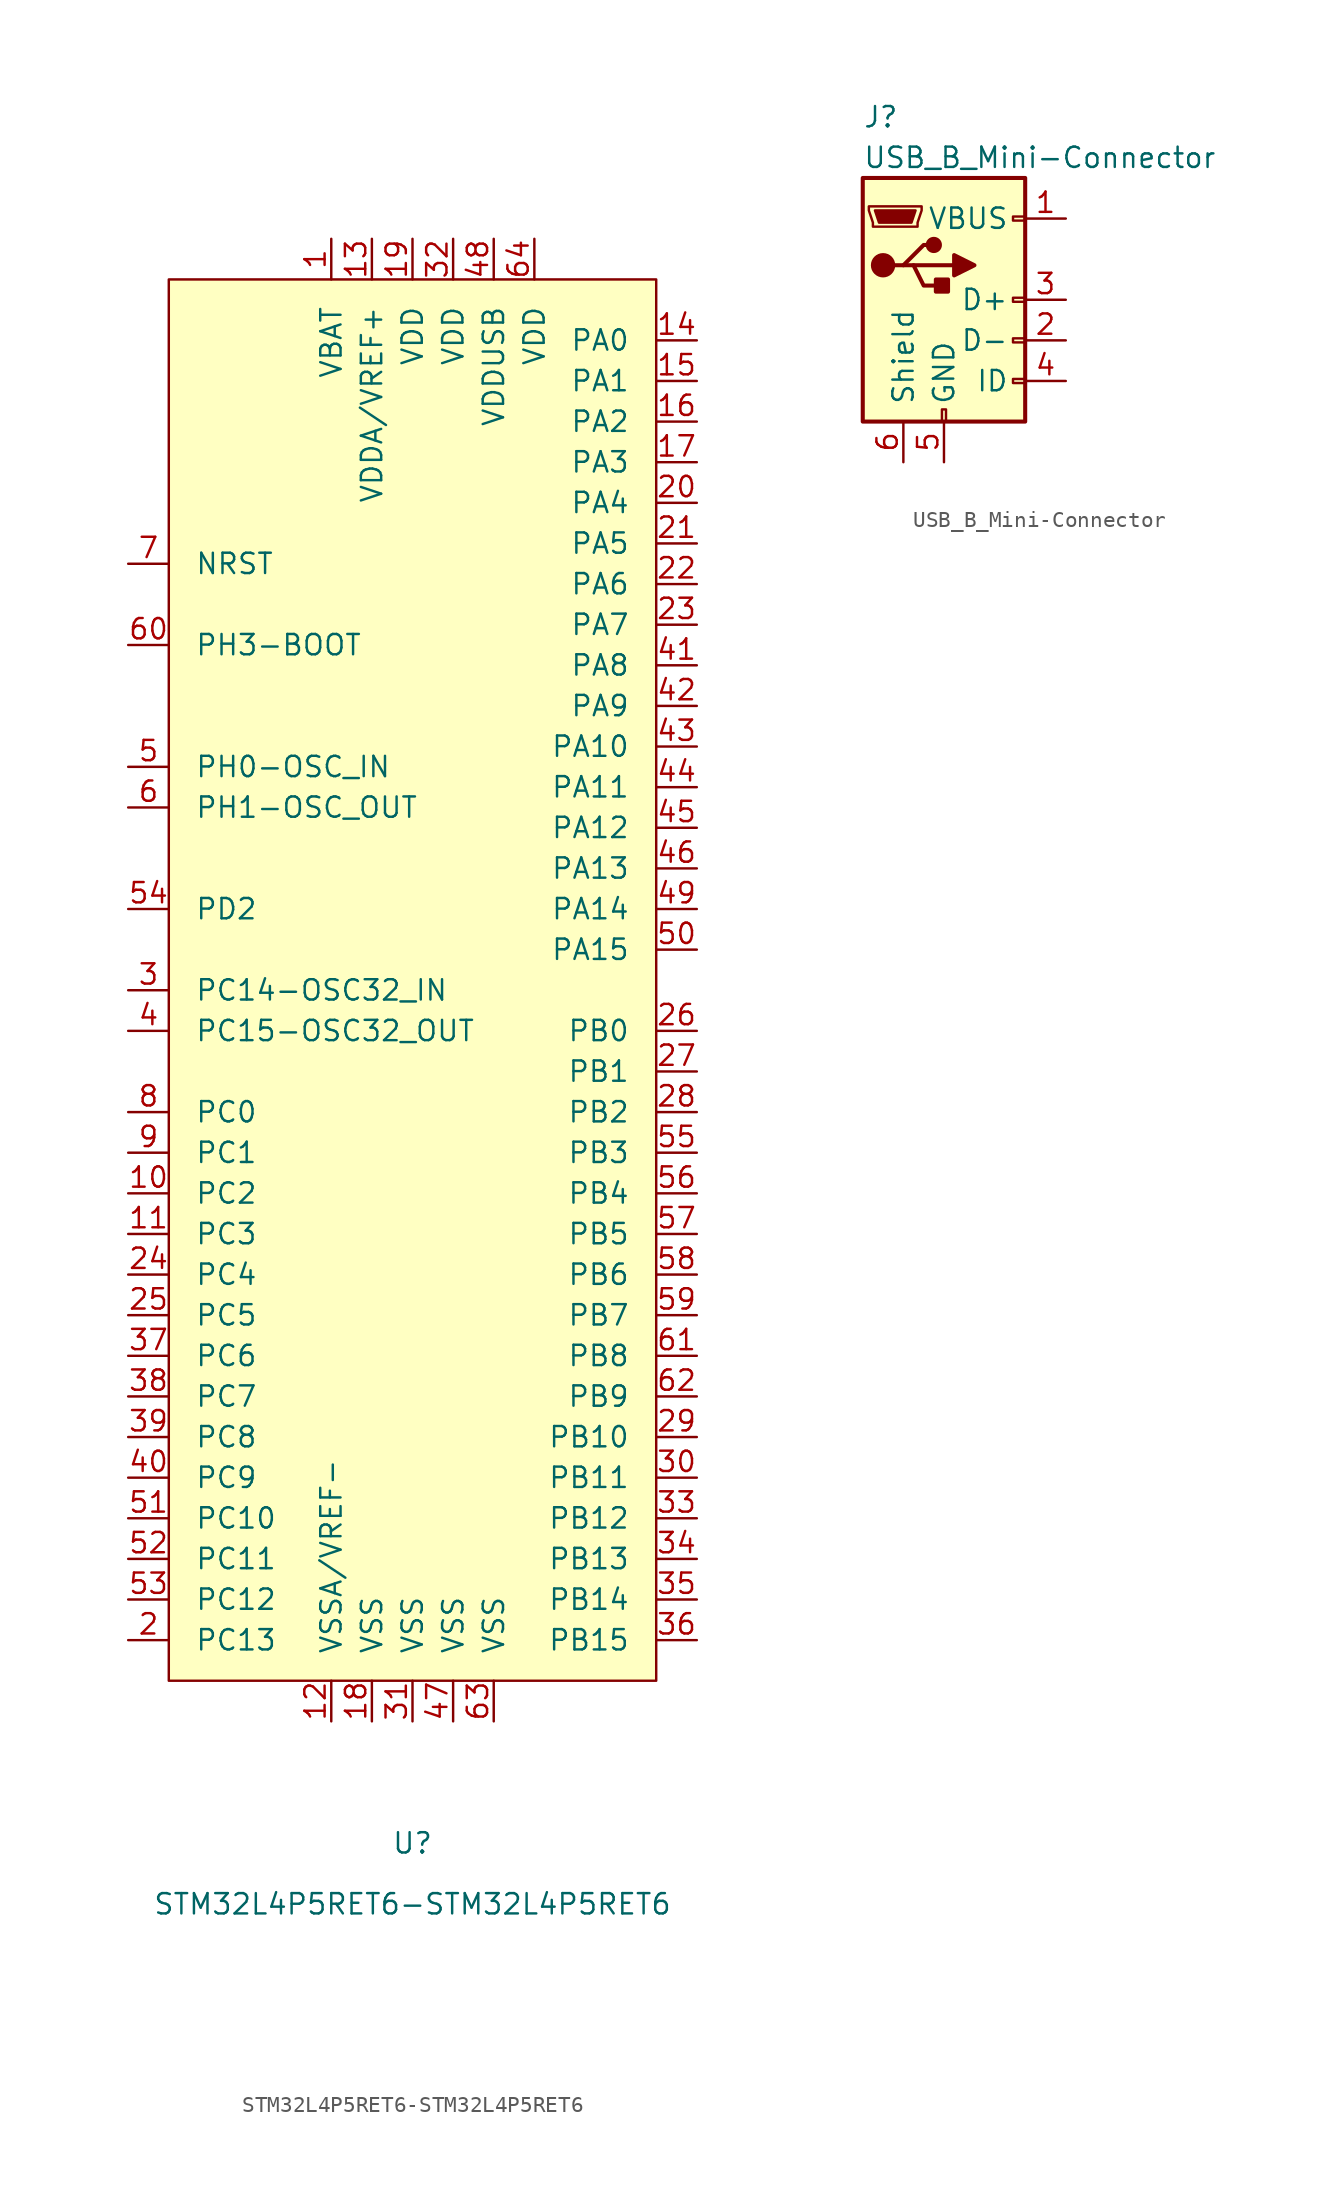
<source format=kicad_sym>
(kicad_symbol_lib
  (version 20231120)
  (generator "kicad_symbol_editor")
  (generator_version "8.0")
  (symbol "STM32L4P5RET6-STM32L4P5RET6"
    (pin_names
      (offset 1.626))
    (property "Reference" "U"
      (at 0 -55.88 0)
      (effects (font (size 1.27 1.27))))
    (property "Value" "STM32L4P5RET6-STM32L4P5RET6"
      (at 0 -59.69 0)
      (effects (font (size 1.27 1.27))))
    (symbol "STM32L4P5RET6-STM32L4P5RET6_0_0"
      (pin power_in line (at -5.08 44.45 270) (length 2.54) (name "VBAT" (effects (font (size 1.27 1.27)))) (number "1" (effects (font (size 1.27 1.27)))))
      (pin bidirectional line (at -17.78 -15.24 0) (length 2.54) (name "PC2" (effects (font (size 1.27 1.27)))) (number "10" (effects (font (size 1.27 1.27)))))
      (pin bidirectional line (at -17.78 -17.78 0) (length 2.54) (name "PC3" (effects (font (size 1.27 1.27)))) (number "11" (effects (font (size 1.27 1.27)))))
      (pin power_in line (at -5.08 -48.26 90) (length 2.54) (name "VSSA/VREF-" (effects (font (size 1.27 1.27)))) (number "12" (effects (font (size 1.27 1.27)))))
      (pin power_in line (at -2.54 44.45 270) (length 2.54) (name "VDDA/VREF+" (effects (font (size 1.27 1.27)))) (number "13" (effects (font (size 1.27 1.27)))))
      (pin bidirectional line (at 17.78 38.1 180) (length 2.54) (name "PA0" (effects (font (size 1.27 1.27)))) (number "14" (effects (font (size 1.27 1.27)))))
      (pin bidirectional line (at 17.78 35.56 180) (length 2.54) (name "PA1" (effects (font (size 1.27 1.27)))) (number "15" (effects (font (size 1.27 1.27)))))
      (pin bidirectional line (at 17.78 33.02 180) (length 2.54) (name "PA2" (effects (font (size 1.27 1.27)))) (number "16" (effects (font (size 1.27 1.27)))))
      (pin bidirectional line (at 17.78 30.48 180) (length 2.54) (name "PA3" (effects (font (size 1.27 1.27)))) (number "17" (effects (font (size 1.27 1.27)))))
      (pin power_in line (at -2.54 -48.26 90) (length 2.54) (name "VSS" (effects (font (size 1.27 1.27)))) (number "18" (effects (font (size 1.27 1.27)))))
      (pin power_in line (at 0 44.45 270) (length 2.54) (name "VDD" (effects (font (size 1.27 1.27)))) (number "19" (effects (font (size 1.27 1.27)))))
      (pin bidirectional line (at -17.78 -43.18 0) (length 2.54) (name "PC13" (effects (font (size 1.27 1.27)))) (number "2" (effects (font (size 1.27 1.27)))))
      (pin bidirectional line (at 17.78 27.94 180) (length 2.54) (name "PA4" (effects (font (size 1.27 1.27)))) (number "20" (effects (font (size 1.27 1.27)))))
      (pin bidirectional line (at 17.78 25.4 180) (length 2.54) (name "PA5" (effects (font (size 1.27 1.27)))) (number "21" (effects (font (size 1.27 1.27)))))
      (pin bidirectional line (at 17.78 22.86 180) (length 2.54) (name "PA6" (effects (font (size 1.27 1.27)))) (number "22" (effects (font (size 1.27 1.27)))))
      (pin bidirectional line (at 17.78 20.32 180) (length 2.54) (name "PA7" (effects (font (size 1.27 1.27)))) (number "23" (effects (font (size 1.27 1.27)))))
      (pin bidirectional line (at -17.78 -20.32 0) (length 2.54) (name "PC4" (effects (font (size 1.27 1.27)))) (number "24" (effects (font (size 1.27 1.27)))))
      (pin bidirectional line (at -17.78 -22.86 0) (length 2.54) (name "PC5" (effects (font (size 1.27 1.27)))) (number "25" (effects (font (size 1.27 1.27)))))
      (pin bidirectional line (at 17.78 -5.08 180) (length 2.54) (name "PB0" (effects (font (size 1.27 1.27)))) (number "26" (effects (font (size 1.27 1.27)))))
      (pin bidirectional line (at 17.78 -7.62 180) (length 2.54) (name "PB1" (effects (font (size 1.27 1.27)))) (number "27" (effects (font (size 1.27 1.27)))))
      (pin bidirectional line (at 17.78 -10.16 180) (length 2.54) (name "PB2" (effects (font (size 1.27 1.27)))) (number "28" (effects (font (size 1.27 1.27)))))
      (pin bidirectional line (at 17.78 -30.48 180) (length 2.54) (name "PB10" (effects (font (size 1.27 1.27)))) (number "29" (effects (font (size 1.27 1.27)))))
      (pin bidirectional line (at -17.78 -2.54 0) (length 2.54) (name "PC14-OSC32_IN" (effects (font (size 1.27 1.27)))) (number "3" (effects (font (size 1.27 1.27)))))
      (pin bidirectional line (at 17.78 -33.02 180) (length 2.54) (name "PB11" (effects (font (size 1.27 1.27)))) (number "30" (effects (font (size 1.27 1.27)))))
      (pin power_in line (at 0 -48.26 90) (length 2.54) (name "VSS" (effects (font (size 1.27 1.27)))) (number "31" (effects (font (size 1.27 1.27)))))
      (pin power_in line (at 2.54 44.45 270) (length 2.54) (name "VDD" (effects (font (size 1.27 1.27)))) (number "32" (effects (font (size 1.27 1.27)))))
      (pin bidirectional line (at 17.78 -35.56 180) (length 2.54) (name "PB12" (effects (font (size 1.27 1.27)))) (number "33" (effects (font (size 1.27 1.27)))))
      (pin bidirectional line (at 17.78 -38.1 180) (length 2.54) (name "PB13" (effects (font (size 1.27 1.27)))) (number "34" (effects (font (size 1.27 1.27)))))
      (pin bidirectional line (at 17.78 -40.64 180) (length 2.54) (name "PB14" (effects (font (size 1.27 1.27)))) (number "35" (effects (font (size 1.27 1.27)))))
      (pin bidirectional line (at 17.78 -43.18 180) (length 2.54) (name "PB15" (effects (font (size 1.27 1.27)))) (number "36" (effects (font (size 1.27 1.27)))))
      (pin bidirectional line (at -17.78 -25.4 0) (length 2.54) (name "PC6" (effects (font (size 1.27 1.27)))) (number "37" (effects (font (size 1.27 1.27)))))
      (pin bidirectional line (at -17.78 -27.94 0) (length 2.54) (name "PC7" (effects (font (size 1.27 1.27)))) (number "38" (effects (font (size 1.27 1.27)))))
      (pin bidirectional line (at -17.78 -30.48 0) (length 2.54) (name "PC8" (effects (font (size 1.27 1.27)))) (number "39" (effects (font (size 1.27 1.27)))))
      (pin bidirectional line (at -17.78 -5.08 0) (length 2.54) (name "PC15-OSC32_OUT" (effects (font (size 1.27 1.27)))) (number "4" (effects (font (size 1.27 1.27)))))
      (pin bidirectional line (at -17.78 -33.02 0) (length 2.54) (name "PC9" (effects (font (size 1.27 1.27)))) (number "40" (effects (font (size 1.27 1.27)))))
      (pin bidirectional line (at 17.78 17.78 180) (length 2.54) (name "PA8" (effects (font (size 1.27 1.27)))) (number "41" (effects (font (size 1.27 1.27)))))
      (pin bidirectional line (at 17.78 15.24 180) (length 2.54) (name "PA9" (effects (font (size 1.27 1.27)))) (number "42" (effects (font (size 1.27 1.27)))))
      (pin bidirectional line (at 17.78 12.7 180) (length 2.54) (name "PA10" (effects (font (size 1.27 1.27)))) (number "43" (effects (font (size 1.27 1.27)))))
      (pin bidirectional line (at 17.78 10.16 180) (length 2.54) (name "PA11" (effects (font (size 1.27 1.27)))) (number "44" (effects (font (size 1.27 1.27)))))
      (pin bidirectional line (at 17.78 7.62 180) (length 2.54) (name "PA12" (effects (font (size 1.27 1.27)))) (number "45" (effects (font (size 1.27 1.27)))))
      (pin bidirectional line (at 17.78 5.08 180) (length 2.54) (name "PA13" (effects (font (size 1.27 1.27)))) (number "46" (effects (font (size 1.27 1.27)))))
      (pin power_in line (at 2.54 -48.26 90) (length 2.54) (name "VSS" (effects (font (size 1.27 1.27)))) (number "47" (effects (font (size 1.27 1.27)))))
      (pin power_in line (at 5.08 44.45 270) (length 2.54) (name "VDDUSB" (effects (font (size 1.27 1.27)))) (number "48" (effects (font (size 1.27 1.27)))))
      (pin bidirectional line (at 17.78 2.54 180) (length 2.54) (name "PA14" (effects (font (size 1.27 1.27)))) (number "49" (effects (font (size 1.27 1.27)))))
      (pin input line (at -17.78 11.43 0) (length 2.54) (name "PH0-OSC_IN" (effects (font (size 1.27 1.27)))) (number "5" (effects (font (size 1.27 1.27)))))
      (pin bidirectional line (at 17.78 0 180) (length 2.54) (name "PA15" (effects (font (size 1.27 1.27)))) (number "50" (effects (font (size 1.27 1.27)))))
      (pin bidirectional line (at -17.78 -35.56 0) (length 2.54) (name "PC10" (effects (font (size 1.27 1.27)))) (number "51" (effects (font (size 1.27 1.27)))))
      (pin bidirectional line (at -17.78 -38.1 0) (length 2.54) (name "PC11" (effects (font (size 1.27 1.27)))) (number "52" (effects (font (size 1.27 1.27)))))
      (pin bidirectional line (at -17.78 -40.64 0) (length 2.54) (name "PC12" (effects (font (size 1.27 1.27)))) (number "53" (effects (font (size 1.27 1.27)))))
      (pin bidirectional line (at -17.78 2.54 0) (length 2.54) (name "PD2" (effects (font (size 1.27 1.27)))) (number "54" (effects (font (size 1.27 1.27)))))
      (pin bidirectional line (at 17.78 -12.7 180) (length 2.54) (name "PB3" (effects (font (size 1.27 1.27)))) (number "55" (effects (font (size 1.27 1.27)))))
      (pin bidirectional line (at 17.78 -15.24 180) (length 2.54) (name "PB4" (effects (font (size 1.27 1.27)))) (number "56" (effects (font (size 1.27 1.27)))))
      (pin bidirectional line (at 17.78 -17.78 180) (length 2.54) (name "PB5" (effects (font (size 1.27 1.27)))) (number "57" (effects (font (size 1.27 1.27)))))
      (pin bidirectional line (at 17.78 -20.32 180) (length 2.54) (name "PB6" (effects (font (size 1.27 1.27)))) (number "58" (effects (font (size 1.27 1.27)))))
      (pin bidirectional line (at 17.78 -22.86 180) (length 2.54) (name "PB7" (effects (font (size 1.27 1.27)))) (number "59" (effects (font (size 1.27 1.27)))))
      (pin input line (at -17.78 8.89 0) (length 2.54) (name "PH1-OSC_OUT" (effects (font (size 1.27 1.27)))) (number "6" (effects (font (size 1.27 1.27)))))
      (pin input line (at -17.78 19.05 0) (length 2.54) (name "PH3-BOOT" (effects (font (size 1.27 1.27)))) (number "60" (effects (font (size 1.27 1.27)))))
      (pin bidirectional line (at 17.78 -25.4 180) (length 2.54) (name "PB8" (effects (font (size 1.27 1.27)))) (number "61" (effects (font (size 1.27 1.27)))))
      (pin bidirectional line (at 17.78 -27.94 180) (length 2.54) (name "PB9" (effects (font (size 1.27 1.27)))) (number "62" (effects (font (size 1.27 1.27)))))
      (pin power_in line (at 5.08 -48.26 90) (length 2.54) (name "VSS" (effects (font (size 1.27 1.27)))) (number "63" (effects (font (size 1.27 1.27)))))
      (pin power_in line (at 7.62 44.45 270) (length 2.54) (name "VDD" (effects (font (size 1.27 1.27)))) (number "64" (effects (font (size 1.27 1.27)))))
      (pin input line (at -17.78 24.13 0) (length 2.54) (name "NRST" (effects (font (size 1.27 1.27)))) (number "7" (effects (font (size 1.27 1.27)))))
      (pin bidirectional line (at -17.78 -10.16 0) (length 2.54) (name "PC0" (effects (font (size 1.27 1.27)))) (number "8" (effects (font (size 1.27 1.27)))))
      (pin bidirectional line (at -17.78 -12.7 0) (length 2.54) (name "PC1" (effects (font (size 1.27 1.27)))) (number "9" (effects (font (size 1.27 1.27))))))
    (symbol "STM32L4P5RET6-STM32L4P5RET6_0_1"
      (rectangle (start 15.24 41.91) (end -15.24 -45.72) (stroke (width 0) (type solid)) (fill (type background)))))
  (symbol "USB_B_Mini-Connector"
    (pin_names
      (offset 1.016))
    (property "Reference" "J"
      (at -5.08 11.43 0)
      (effects (font (size 1.27 1.27)) (justify left)))
    (property "Value" "USB_B_Mini-Connector"
      (at -5.08 8.89 0)
      (effects (font (size 1.27 1.27)) (justify left)))
    (symbol "USB_B_Mini-Connector_0_1"
      (rectangle (start -5.08 -7.62) (end 5.08 7.62) (stroke (width 0.254) (type solid)) (fill (type background)))
      (circle (center -3.81 2.159) (radius 0.635) (stroke (width 0.254) (type solid)) (fill (type outline)))
      (circle (center -0.635 3.429) (radius 0.381) (stroke (width 0.254) (type solid)) (fill (type outline)))
      (rectangle (start -0.127 -7.62) (end 0.127 -6.858) (stroke (width 0) (type solid)) (fill (type none)))
      (polyline (pts (xy -1.905 2.159) (xy 0.635 2.159)) (stroke (width 0.254) (type solid)) (fill (type none)))
      (polyline (pts (xy -3.175 2.159) (xy -2.54 2.159) (xy -1.27 3.429) (xy -0.635 3.429)) (stroke (width 0.254) (type solid)) (fill (type none)))
      (polyline (pts (xy -2.54 2.159) (xy -1.905 2.159) (xy -1.27 0.889) (xy 0 0.889)) (stroke (width 0.254) (type solid)) (fill (type none)))
      (polyline (pts (xy 0.635 2.794) (xy 0.635 1.524) (xy 1.905 2.159) (xy 0.635 2.794)) (stroke (width 0.254) (type solid)) (fill (type outline)))
      (polyline (pts (xy -4.318 5.588) (xy -1.778 5.588) (xy -2.032 4.826) (xy -4.064 4.826) (xy -4.318 5.588)) (stroke (width 0) (type solid)) (fill (type outline)))
      (polyline (pts (xy -4.699 5.842) (xy -4.699 5.588) (xy -4.445 4.826) (xy -4.445 4.572) (xy -1.651 4.572) (xy -1.651 4.826) (xy -1.397 5.588) (xy -1.397 5.842) (xy -4.699 5.842)) (stroke (width 0) (type solid)) (fill (type none)))
      (rectangle (start 0.254 1.27) (end -0.508 0.508) (stroke (width 0.254) (type solid)) (fill (type outline)))
      (rectangle (start 5.08 -5.207) (end 4.318 -4.953) (stroke (width 0) (type solid)) (fill (type none)))
      (rectangle (start 5.08 -2.667) (end 4.318 -2.413) (stroke (width 0) (type solid)) (fill (type none)))
      (rectangle (start 5.08 -0.127) (end 4.318 0.127) (stroke (width 0) (type solid)) (fill (type none)))
      (rectangle (start 5.08 4.953) (end 4.318 5.207) (stroke (width 0) (type solid)) (fill (type none))))
    (symbol "USB_B_Mini-Connector_1_1"
      (pin power_out line (at 7.62 5.08 180) (length 2.54) (name "VBUS" (effects (font (size 1.27 1.27)))) (number "1" (effects (font (size 1.27 1.27)))))
      (pin bidirectional line (at 7.62 -2.54 180) (length 2.54) (name "D-" (effects (font (size 1.27 1.27)))) (number "2" (effects (font (size 1.27 1.27)))))
      (pin bidirectional line (at 7.62 0 180) (length 2.54) (name "D+" (effects (font (size 1.27 1.27)))) (number "3" (effects (font (size 1.27 1.27)))))
      (pin passive line (at 7.62 -5.08 180) (length 2.54) (name "ID" (effects (font (size 1.27 1.27)))) (number "4" (effects (font (size 1.27 1.27)))))
      (pin power_out line (at 0 -10.16 90) (length 2.54) (name "GND" (effects (font (size 1.27 1.27)))) (number "5" (effects (font (size 1.27 1.27)))))
      (pin passive line (at -2.54 -10.16 90) (length 2.54) (name "Shield" (effects (font (size 1.27 1.27)))) (number "6" (effects (font (size 1.27 1.27))))))))
</source>
